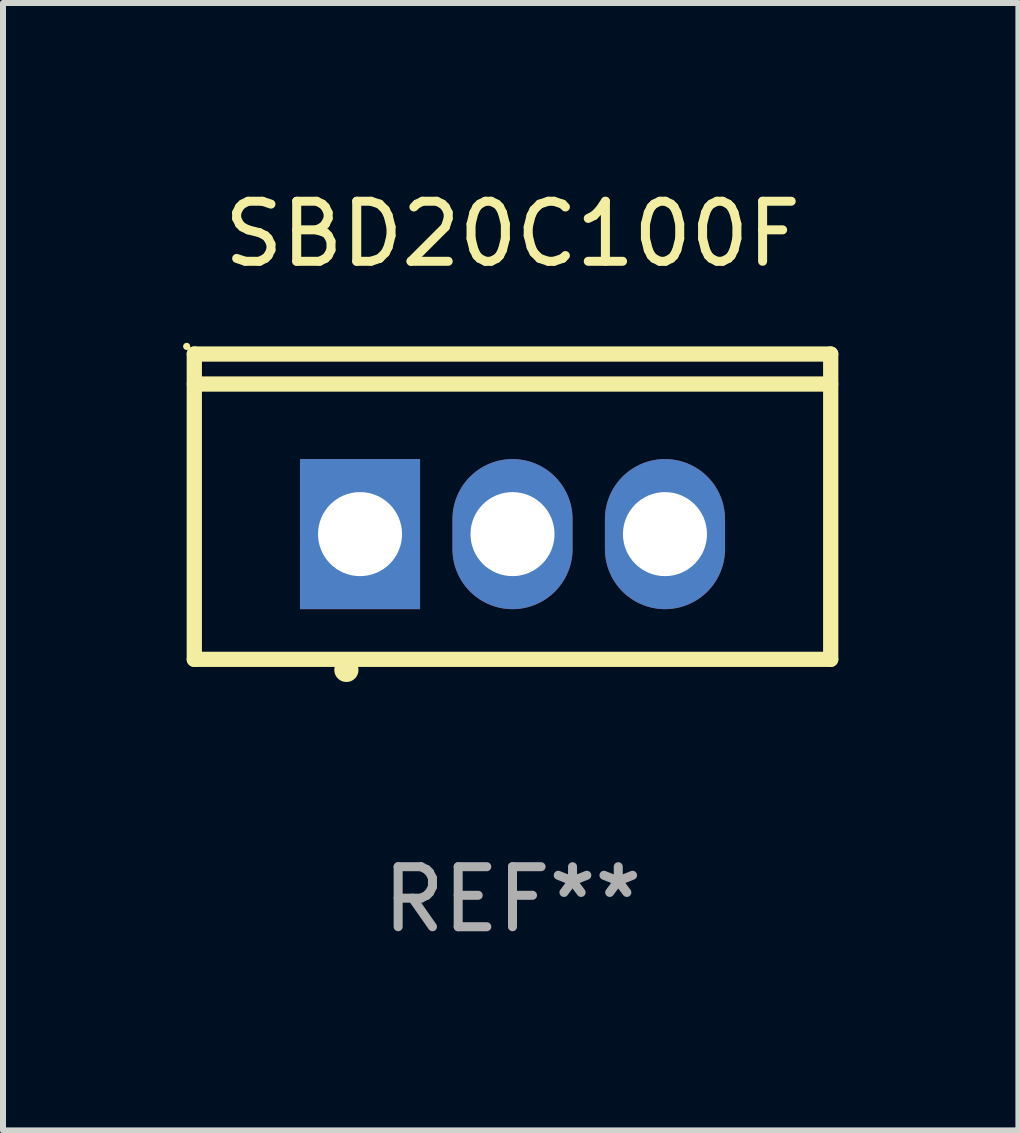
<source format=kicad_pcb>
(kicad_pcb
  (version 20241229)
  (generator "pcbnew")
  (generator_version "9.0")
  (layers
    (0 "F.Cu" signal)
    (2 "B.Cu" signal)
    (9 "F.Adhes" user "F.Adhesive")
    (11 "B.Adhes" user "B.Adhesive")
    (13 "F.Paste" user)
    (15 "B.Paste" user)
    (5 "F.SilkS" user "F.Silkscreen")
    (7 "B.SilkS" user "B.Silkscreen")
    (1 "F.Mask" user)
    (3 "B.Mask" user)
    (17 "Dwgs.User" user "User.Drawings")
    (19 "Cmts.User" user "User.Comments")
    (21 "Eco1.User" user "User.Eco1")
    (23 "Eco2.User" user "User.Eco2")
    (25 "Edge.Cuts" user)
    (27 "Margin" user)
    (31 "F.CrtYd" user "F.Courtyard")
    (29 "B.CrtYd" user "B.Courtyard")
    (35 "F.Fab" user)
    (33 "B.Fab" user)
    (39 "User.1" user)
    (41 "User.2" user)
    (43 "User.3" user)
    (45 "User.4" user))
  (footprint "SBD20C100F"
    (layer "F.Cu")
    (at 5.488 5.391)
    (property "Reference" "SBD20C100F" (at 0 -4.543 0) (layer "F.SilkS") (effects (font (size 1 1) (thickness 0.15))))
    (attr through_hole)
    (fp_line (start -5.301 -2.543) (end 5.301 -2.543) (stroke (width 0.254) (type solid)) (layer "F.SilkS"))
    (fp_line (start -5.301 2.543) (end -5.301 -2.543) (stroke (width 0.254) (type solid)) (layer "F.SilkS"))
    (fp_line (start 5.3 -2.043) (end -5.3 -2.043) (stroke (width 0.254) (type solid)) (layer "F.SilkS"))
    (fp_line (start 5.301 -2.543) (end 5.301 2.543) (stroke (width 0.254) (type solid)) (layer "F.SilkS"))
    (fp_line (start 5.301 2.543) (end -5.301 2.543) (stroke (width 0.254) (type solid)) (layer "F.SilkS"))
    (fp_arc (start -2.768606 2.720345) (mid -2.767336 2.720341) (end -2.766066 2.720345) (stroke (width 0.4) (type solid)) (layer "F.SilkS"))
    (fp_circle (center -5.428 -2.67) (end -5.398 -2.67) (stroke (width 0.06) (type solid)) (fill no) (layer "F.SilkS"))
    (fp_text user "REF**" (at 0 6.543 0) (layer "F.Fab") (effects (font (size 1 1) (thickness 0.15))))
    (pad "1" thru_hole rect (at -2.54 0.457) (size 2 2.5) (drill 1.4) (layers "*.Cu" "*.Mask"))
    (pad "2" thru_hole oval (at 0 0.457) (size 2 2.5) (drill 1.4) (layers "*.Cu" "*.Mask"))
    (pad "3" thru_hole oval (at 2.54 0.457) (size 2 2.5) (drill 1.4) (layers "*.Cu" "*.Mask")))
  (gr_rect
    (start -3 -3)
    (end 13.916 15.782)
    (stroke (width 0.1) (type default))
    (fill no)
    (layer "Edge.Cuts")))
</source>
